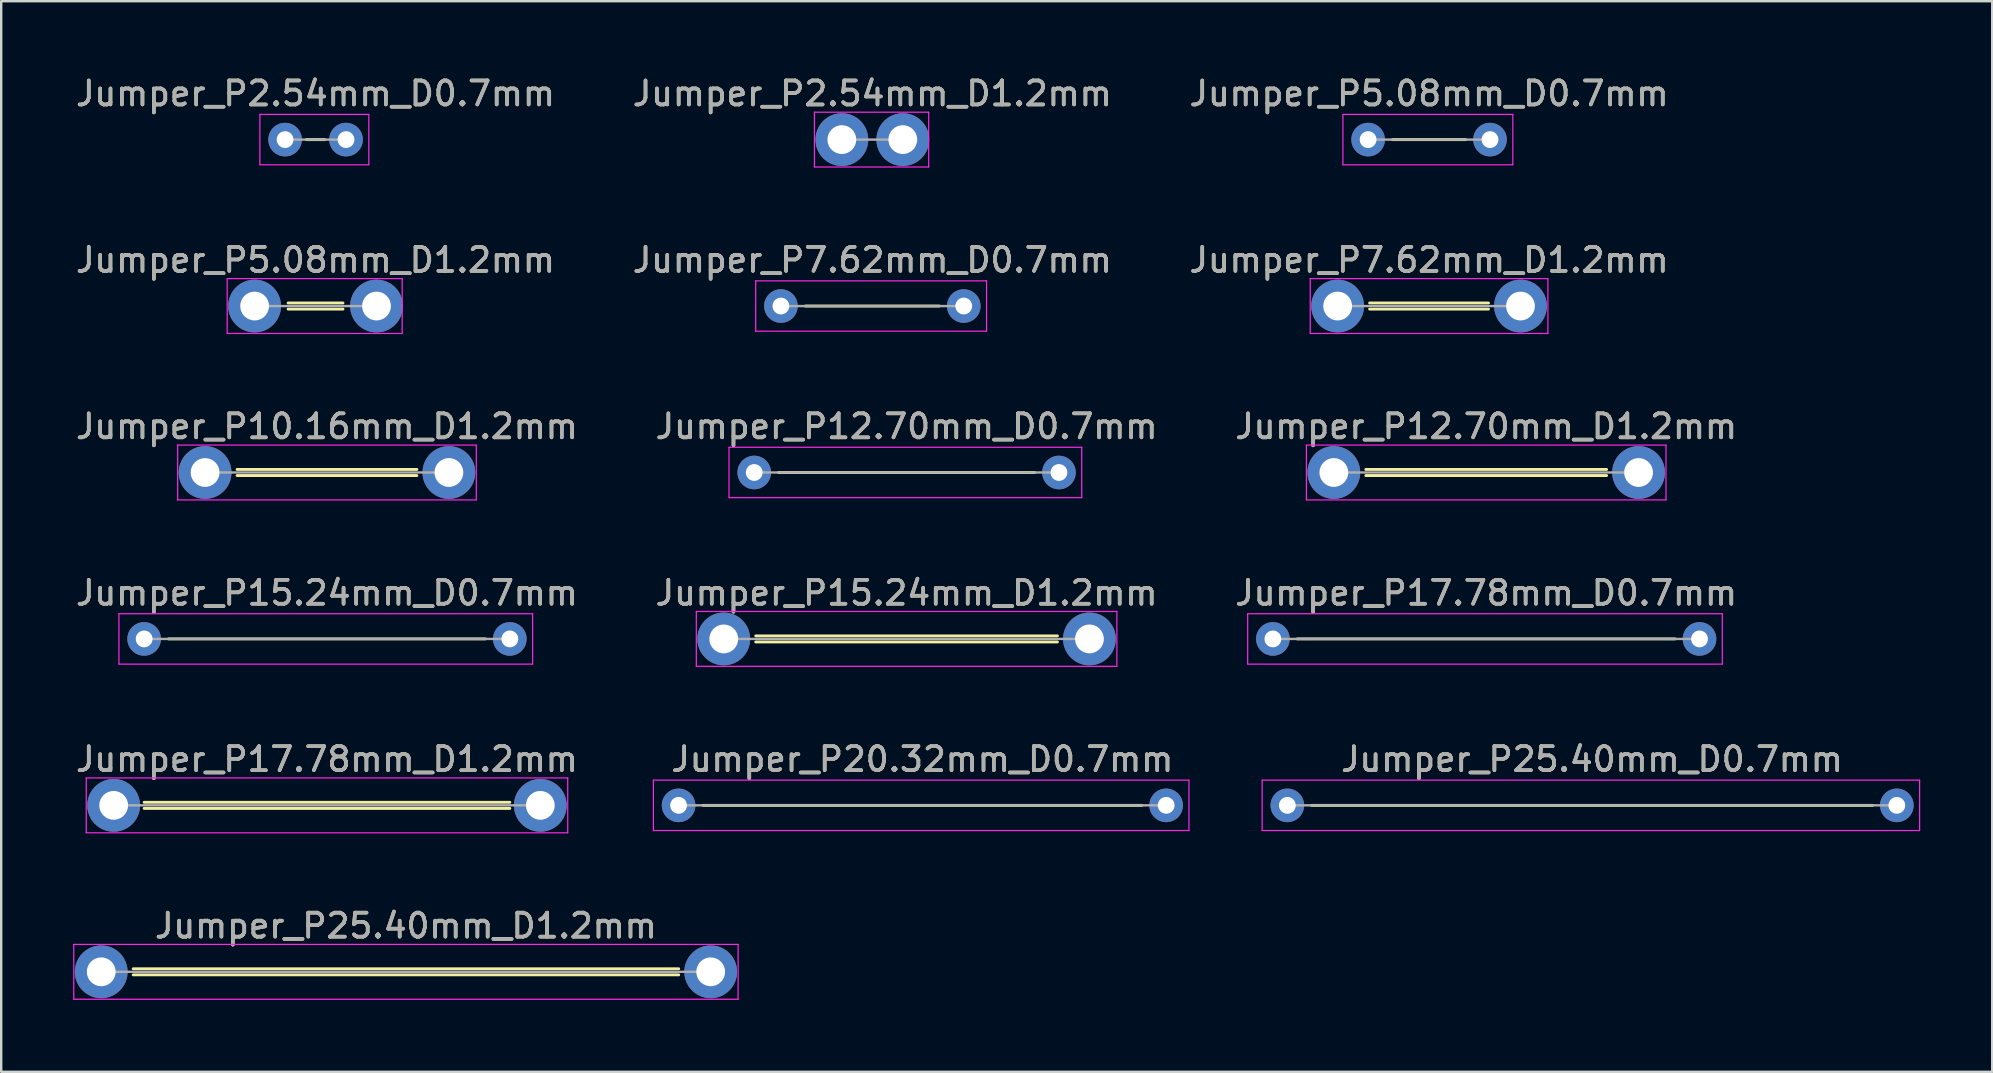
<source format=kicad_pcb>
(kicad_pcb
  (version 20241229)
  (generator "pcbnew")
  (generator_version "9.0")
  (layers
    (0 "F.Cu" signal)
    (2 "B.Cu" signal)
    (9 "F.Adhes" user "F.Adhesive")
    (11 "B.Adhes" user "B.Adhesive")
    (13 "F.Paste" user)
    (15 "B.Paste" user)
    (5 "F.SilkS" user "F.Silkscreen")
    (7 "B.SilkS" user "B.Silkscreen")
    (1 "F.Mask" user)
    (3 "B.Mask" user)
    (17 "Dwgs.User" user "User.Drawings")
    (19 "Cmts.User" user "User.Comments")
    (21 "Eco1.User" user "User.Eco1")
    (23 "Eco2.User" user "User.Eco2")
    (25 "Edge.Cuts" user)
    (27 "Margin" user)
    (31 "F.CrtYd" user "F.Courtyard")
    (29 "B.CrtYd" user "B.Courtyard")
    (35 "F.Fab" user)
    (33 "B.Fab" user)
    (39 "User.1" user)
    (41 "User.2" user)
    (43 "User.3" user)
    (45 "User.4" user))
  (footprint "Jumper_P12.70mm_D0.7mm"
    (layer "F.Cu")
    (at 28.382 16.641)
    (property "Reference" "Jumper_P12.70mm_D0.7mm" (at 6.35 -1.92 0) (layer "F.SilkS") (effects (font (size 1 1) (thickness 0.15))))
    (attr through_hole)
    (fp_line (start 1.016 0) (end 11.684 0) (stroke (width 0.12) (type solid)) (layer "F.SilkS"))
    (fp_line (start -1.05 -1.05) (end -1.05 1.05) (stroke (width 0.05) (type solid)) (layer "F.CrtYd"))
    (fp_line (start -1.05 1.05) (end 13.65 1.05) (stroke (width 0.05) (type solid)) (layer "F.CrtYd"))
    (fp_line (start 13.65 -1.05) (end -1.05 -1.05) (stroke (width 0.05) (type solid)) (layer "F.CrtYd"))
    (fp_line (start 13.65 1.05) (end 13.65 -1.05) (stroke (width 0.05) (type solid)) (layer "F.CrtYd"))
    (fp_line (start 0 0) (end 12.7 0) (stroke (width 0.1) (type solid)) (layer "F.Fab"))
    (fp_text user "${REFERENCE}" (at 6.35 -1.92 0) (layer "F.Fab") (effects (font (size 1 1) (thickness 0.15))))
    (pad "1" thru_hole circle (at 0 0) (size 1.4 1.4) (drill 0.7) (layers "*.Cu" "*.Mask"))
    (pad "2" thru_hole oval (at 12.7 0) (size 1.4 1.4) (drill 0.7) (layers "*.Cu" "*.Mask")))
  (footprint "Jumper_P10.16mm_D1.2mm"
    (layer "F.Cu")
    (at 5.497 16.641)
    (property "Reference" "Jumper_P10.16mm_D1.2mm" (at 5.08 -1.92 0) (layer "F.SilkS") (effects (font (size 1 1) (thickness 0.15))))
    (attr through_hole)
    (fp_line (start 1.333 -0.127) (end 8.826 -0.127) (stroke (width 0.12) (type solid)) (layer "F.SilkS"))
    (fp_line (start 1.333 0.127) (end 8.826 0.127) (stroke (width 0.12) (type solid)) (layer "F.SilkS"))
    (fp_line (start -1.143 -1.143) (end -1.143 1.143) (stroke (width 0.05) (type solid)) (layer "F.CrtYd"))
    (fp_line (start -1.143 1.143) (end 11.303 1.143) (stroke (width 0.05) (type solid)) (layer "F.CrtYd"))
    (fp_line (start 11.303 -1.143) (end -1.143 -1.143) (stroke (width 0.05) (type solid)) (layer "F.CrtYd"))
    (fp_line (start 11.303 1.143) (end 11.303 -1.143) (stroke (width 0.05) (type solid)) (layer "F.CrtYd"))
    (fp_line (start 0 0) (end 10.16 0) (stroke (width 0.1) (type solid)) (layer "F.Fab"))
    (fp_text user "${REFERENCE}" (at 5.08 -1.92 0) (layer "F.Fab") (effects (font (size 1 1) (thickness 0.15))))
    (pad "1" thru_hole circle (at 0 0) (size 2.2 2.2) (drill 1.2) (layers "*.Cu" "*.Mask"))
    (pad "2" thru_hole oval (at 10.16 0) (size 2.2 2.2) (drill 1.2) (layers "*.Cu" "*.Mask")))
  (footprint "Jumper_P5.08mm_D1.2mm"
    (layer "F.Cu")
    (at 7.561 9.704)
    (property "Reference" "Jumper_P5.08mm_D1.2mm" (at 2.54 -1.92 0) (layer "F.SilkS") (effects (font (size 1 1) (thickness 0.15))))
    (attr through_hole)
    (fp_line (start 1.397 -0.127) (end 3.683 -0.127) (stroke (width 0.12) (type solid)) (layer "F.SilkS"))
    (fp_line (start 1.397 0.127) (end 3.683 0.127) (stroke (width 0.12) (type solid)) (layer "F.SilkS"))
    (fp_line (start -1.143 -1.143) (end -1.143 1.143) (stroke (width 0.05) (type solid)) (layer "F.CrtYd"))
    (fp_line (start -1.143 1.143) (end 6.15 1.143) (stroke (width 0.05) (type solid)) (layer "F.CrtYd"))
    (fp_line (start 6.15 -1.143) (end -1.143 -1.143) (stroke (width 0.05) (type solid)) (layer "F.CrtYd"))
    (fp_line (start 6.15 1.143) (end 6.15 -1.143) (stroke (width 0.05) (type solid)) (layer "F.CrtYd"))
    (fp_line (start 0 0) (end 5.08 0) (stroke (width 0.1) (type solid)) (layer "F.Fab"))
    (fp_text user "${REFERENCE}" (at 2.54 -1.92 0) (layer "F.Fab") (effects (font (size 1 1) (thickness 0.15))))
    (pad "1" thru_hole circle (at 0 0) (size 2.2 2.2) (drill 1.2) (layers "*.Cu" "*.Mask"))
    (pad "2" thru_hole circle (at 5.08 0) (size 2.2 2.2) (drill 1.2) (layers "*.Cu" "*.Mask")))
  (footprint "Jumper_P25.40mm_D0.7mm"
    (layer "F.Cu")
    (at 50.6 30.513)
    (property "Reference" "Jumper_P25.40mm_D0.7mm" (at 12.7 -1.92 0) (layer "F.SilkS") (effects (font (size 1 1) (thickness 0.15))))
    (attr through_hole)
    (fp_line (start 1.016 0) (end 24.384 0) (stroke (width 0.12) (type solid)) (layer "F.SilkS"))
    (fp_line (start -1.05 -1.05) (end -1.05 1.05) (stroke (width 0.05) (type solid)) (layer "F.CrtYd"))
    (fp_line (start -1.05 1.05) (end 26.35 1.05) (stroke (width 0.05) (type solid)) (layer "F.CrtYd"))
    (fp_line (start 26.35 -1.05) (end -1.05 -1.05) (stroke (width 0.05) (type solid)) (layer "F.CrtYd"))
    (fp_line (start 26.35 1.05) (end 26.35 -1.05) (stroke (width 0.05) (type solid)) (layer "F.CrtYd"))
    (fp_line (start 0 0) (end 25.4 0) (stroke (width 0.1) (type solid)) (layer "F.Fab"))
    (fp_text user "${REFERENCE}" (at 12.7 -1.92 0) (layer "F.Fab") (effects (font (size 1 1) (thickness 0.15))))
    (pad "1" thru_hole circle (at 0 0) (size 1.4 1.4) (drill 0.7) (layers "*.Cu" "*.Mask"))
    (pad "2" thru_hole oval (at 25.4 0) (size 1.4 1.4) (drill 0.7) (layers "*.Cu" "*.Mask")))
  (footprint "Jumper_P7.62mm_D1.2mm"
    (layer "F.Cu")
    (at 52.696 9.704)
    (property "Reference" "Jumper_P7.62mm_D1.2mm" (at 3.81 -1.92 0) (layer "F.SilkS") (effects (font (size 1 1) (thickness 0.15))))
    (attr through_hole)
    (fp_line (start 1.333 -0.127) (end 6.287 -0.127) (stroke (width 0.12) (type solid)) (layer "F.SilkS"))
    (fp_line (start 1.333 0.127) (end 6.287 0.127) (stroke (width 0.12) (type solid)) (layer "F.SilkS"))
    (fp_line (start -1.143 -1.143) (end -1.143 1.143) (stroke (width 0.05) (type solid)) (layer "F.CrtYd"))
    (fp_line (start -1.143 1.143) (end 8.763 1.143) (stroke (width 0.05) (type solid)) (layer "F.CrtYd"))
    (fp_line (start 8.763 -1.143) (end -1.143 -1.143) (stroke (width 0.05) (type solid)) (layer "F.CrtYd"))
    (fp_line (start 8.763 1.143) (end 8.763 -1.143) (stroke (width 0.05) (type solid)) (layer "F.CrtYd"))
    (fp_line (start 0 0) (end 7.62 0) (stroke (width 0.1) (type solid)) (layer "F.Fab"))
    (fp_text user "${REFERENCE}" (at 3.81 -1.92 0) (layer "F.Fab") (effects (font (size 1 1) (thickness 0.15))))
    (pad "1" thru_hole circle (at 0 0) (size 2.2 2.2) (drill 1.2) (layers "*.Cu" "*.Mask"))
    (pad "2" thru_hole circle (at 7.62 0) (size 2.2 2.2) (drill 1.2) (layers "*.Cu" "*.Mask")))
  (footprint "Jumper_P7.62mm_D0.7mm"
    (layer "F.Cu")
    (at 29.494 9.704)
    (property "Reference" "Jumper_P7.62mm_D0.7mm" (at 3.81 -1.92 0) (layer "F.SilkS") (effects (font (size 1 1) (thickness 0.15))))
    (attr through_hole)
    (fp_line (start 1.016 0) (end 6.604 0) (stroke (width 0.12) (type solid)) (layer "F.SilkS"))
    (fp_line (start -1.05 -1.05) (end -1.05 1.05) (stroke (width 0.05) (type solid)) (layer "F.CrtYd"))
    (fp_line (start -1.05 1.05) (end 8.57 1.05) (stroke (width 0.05) (type solid)) (layer "F.CrtYd"))
    (fp_line (start 8.57 -1.05) (end -1.05 -1.05) (stroke (width 0.05) (type solid)) (layer "F.CrtYd"))
    (fp_line (start 8.57 1.05) (end 8.57 -1.05) (stroke (width 0.05) (type solid)) (layer "F.CrtYd"))
    (fp_line (start 0 0) (end 7.62 0) (stroke (width 0.1) (type solid)) (layer "F.Fab"))
    (fp_text user "${REFERENCE}" (at 3.81 -1.92 0) (layer "F.Fab") (effects (font (size 1 1) (thickness 0.15))))
    (pad "1" thru_hole circle (at 0 0) (size 1.4 1.4) (drill 0.7) (layers "*.Cu" "*.Mask"))
    (pad "2" thru_hole oval (at 7.62 0) (size 1.4 1.4) (drill 0.7) (layers "*.Cu" "*.Mask")))
  (footprint "Jumper_P17.78mm_D0.7mm"
    (layer "F.Cu")
    (at 49.997 23.577)
    (property "Reference" "Jumper_P17.78mm_D0.7mm" (at 8.89 -1.92 0) (layer "F.SilkS") (effects (font (size 1 1) (thickness 0.15))))
    (attr through_hole)
    (fp_line (start 1.016 0) (end 16.764 0) (stroke (width 0.12) (type solid)) (layer "F.SilkS"))
    (fp_line (start -1.05 -1.05) (end -1.05 1.05) (stroke (width 0.05) (type solid)) (layer "F.CrtYd"))
    (fp_line (start -1.05 1.05) (end 18.73 1.05) (stroke (width 0.05) (type solid)) (layer "F.CrtYd"))
    (fp_line (start 18.73 -1.05) (end -1.05 -1.05) (stroke (width 0.05) (type solid)) (layer "F.CrtYd"))
    (fp_line (start 18.73 1.05) (end 18.73 -1.05) (stroke (width 0.05) (type solid)) (layer "F.CrtYd"))
    (fp_line (start 0 0) (end 17.78 0) (stroke (width 0.1) (type solid)) (layer "F.Fab"))
    (fp_text user "${REFERENCE}" (at 8.89 -1.92 0) (layer "F.Fab") (effects (font (size 1 1) (thickness 0.15))))
    (pad "1" thru_hole circle (at 0 0) (size 1.4 1.4) (drill 0.7) (layers "*.Cu" "*.Mask"))
    (pad "2" thru_hole oval (at 17.78 0) (size 1.4 1.4) (drill 0.7) (layers "*.Cu" "*.Mask")))
  (footprint "Jumper_P2.54mm_D0.7mm"
    (layer "F.Cu")
    (at 8.831 2.768)
    (property "Reference" "Jumper_P2.54mm_D0.7mm" (at 1.27 -1.92 0) (layer "F.SilkS") (effects (font (size 1 1) (thickness 0.15))))
    (attr through_hole)
    (fp_line (start 0.889 0) (end 1.651 0) (stroke (width 0.12) (type solid)) (layer "F.SilkS"))
    (fp_line (start -1.05 -1.05) (end -1.05 1.05) (stroke (width 0.05) (type solid)) (layer "F.CrtYd"))
    (fp_line (start -1.05 1.05) (end 3.49 1.05) (stroke (width 0.05) (type solid)) (layer "F.CrtYd"))
    (fp_line (start 3.49 -1.05) (end -1.05 -1.05) (stroke (width 0.05) (type solid)) (layer "F.CrtYd"))
    (fp_line (start 3.49 1.05) (end 3.49 -1.05) (stroke (width 0.05) (type solid)) (layer "F.CrtYd"))
    (fp_line (start 0 0) (end 2.54 0) (stroke (width 0.1) (type solid)) (layer "F.Fab"))
    (fp_text user "${REFERENCE}" (at 1.27 -1.92 0) (layer "F.Fab") (effects (font (size 1 1) (thickness 0.15))))
    (pad "1" thru_hole circle (at 0 0) (size 1.4 1.4) (drill 0.7) (layers "*.Cu" "*.Mask"))
    (pad "2" thru_hole oval (at 2.54 0) (size 1.4 1.4) (drill 0.7) (layers "*.Cu" "*.Mask")))
  (footprint "Jumper_P2.54mm_D1.2mm"
    (layer "F.Cu")
    (at 32.034 2.768)
    (property "Reference" "Jumper_P2.54mm_D1.2mm" (at 1.27 -1.92 0) (layer "F.SilkS") (effects (font (size 1 1) (thickness 0.15))))
    (attr through_hole)
    (fp_line (start -1.143 -1.143) (end -1.143 1.143) (stroke (width 0.05) (type solid)) (layer "F.CrtYd"))
    (fp_line (start -1.143 1.143) (end 3.619 1.143) (stroke (width 0.05) (type solid)) (layer "F.CrtYd"))
    (fp_line (start 3.619 -1.143) (end -1.143 -1.143) (stroke (width 0.05) (type solid)) (layer "F.CrtYd"))
    (fp_line (start 3.619 1.143) (end 3.619 -1.143) (stroke (width 0.05) (type solid)) (layer "F.CrtYd"))
    (fp_line (start 0 0) (end 2.54 0) (stroke (width 0.1) (type solid)) (layer "F.Fab"))
    (fp_text user "${REFERENCE}" (at 1.27 -1.92 0) (layer "F.Fab") (effects (font (size 1 1) (thickness 0.15))))
    (pad "1" thru_hole circle (at 0 0) (size 2.2 2.2) (drill 1.2) (layers "*.Cu" "*.Mask"))
    (pad "2" thru_hole circle (at 2.54 0) (size 2.2 2.2) (drill 1.2) (layers "*.Cu" "*.Mask")))
  (footprint "Jumper_P15.24mm_D0.7mm"
    (layer "F.Cu")
    (at 2.957 23.577)
    (property "Reference" "Jumper_P15.24mm_D0.7mm" (at 7.62 -1.92 0) (layer "F.SilkS") (effects (font (size 1 1) (thickness 0.15))))
    (attr through_hole)
    (fp_line (start 1.016 0) (end 14.224 0) (stroke (width 0.12) (type solid)) (layer "F.SilkS"))
    (fp_line (start -1.05 -1.05) (end -1.05 1.05) (stroke (width 0.05) (type solid)) (layer "F.CrtYd"))
    (fp_line (start -1.05 1.05) (end 16.19 1.05) (stroke (width 0.05) (type solid)) (layer "F.CrtYd"))
    (fp_line (start 16.19 -1.05) (end -1.05 -1.05) (stroke (width 0.05) (type solid)) (layer "F.CrtYd"))
    (fp_line (start 16.19 1.05) (end 16.19 -1.05) (stroke (width 0.05) (type solid)) (layer "F.CrtYd"))
    (fp_line (start 0 0) (end 15.24 0) (stroke (width 0.1) (type solid)) (layer "F.Fab"))
    (fp_text user "${REFERENCE}" (at 7.62 -1.92 0) (layer "F.Fab") (effects (font (size 1 1) (thickness 0.15))))
    (pad "1" thru_hole circle (at 0 0) (size 1.4 1.4) (drill 0.7) (layers "*.Cu" "*.Mask"))
    (pad "2" thru_hole oval (at 15.24 0) (size 1.4 1.4) (drill 0.7) (layers "*.Cu" "*.Mask")))
  (footprint "Jumper_P20.32mm_D0.7mm"
    (layer "F.Cu")
    (at 25.23 30.513)
    (property "Reference" "Jumper_P20.32mm_D0.7mm" (at 10.16 -1.92 0) (layer "F.SilkS") (effects (font (size 1 1) (thickness 0.15))))
    (attr through_hole)
    (fp_line (start 1.016 0) (end 19.304 0) (stroke (width 0.12) (type solid)) (layer "F.SilkS"))
    (fp_line (start -1.05 -1.05) (end -1.05 1.05) (stroke (width 0.05) (type solid)) (layer "F.CrtYd"))
    (fp_line (start -1.05 1.05) (end 21.27 1.05) (stroke (width 0.05) (type solid)) (layer "F.CrtYd"))
    (fp_line (start 21.27 -1.05) (end -1.05 -1.05) (stroke (width 0.05) (type solid)) (layer "F.CrtYd"))
    (fp_line (start 21.27 1.05) (end 21.27 -1.05) (stroke (width 0.05) (type solid)) (layer "F.CrtYd"))
    (fp_line (start 0 0) (end 20.32 0) (stroke (width 0.1) (type solid)) (layer "F.Fab"))
    (fp_text user "${REFERENCE}" (at 10.16 -1.92 0) (layer "F.Fab") (effects (font (size 1 1) (thickness 0.15))))
    (pad "1" thru_hole circle (at 0 0) (size 1.4 1.4) (drill 0.7) (layers "*.Cu" "*.Mask"))
    (pad "2" thru_hole oval (at 20.32 0) (size 1.4 1.4) (drill 0.7) (layers "*.Cu" "*.Mask")))
  (footprint "Jumper_P17.78mm_D1.2mm"
    (layer "F.Cu")
    (at 1.687 30.513)
    (property "Reference" "Jumper_P17.78mm_D1.2mm" (at 8.89 -1.92 0) (layer "F.SilkS") (effects (font (size 1 1) (thickness 0.15))))
    (attr through_hole)
    (fp_line (start 1.27 -0.127) (end 16.51 -0.127) (stroke (width 0.12) (type solid)) (layer "F.SilkS"))
    (fp_line (start 1.27 0.127) (end 16.51 0.127) (stroke (width 0.12) (type solid)) (layer "F.SilkS"))
    (fp_line (start -1.143 -1.143) (end -1.143 1.143) (stroke (width 0.05) (type solid)) (layer "F.CrtYd"))
    (fp_line (start -1.143 1.143) (end 18.923 1.143) (stroke (width 0.05) (type solid)) (layer "F.CrtYd"))
    (fp_line (start 18.923 -1.143) (end -1.143 -1.143) (stroke (width 0.05) (type solid)) (layer "F.CrtYd"))
    (fp_line (start 18.923 1.143) (end 18.923 -1.143) (stroke (width 0.05) (type solid)) (layer "F.CrtYd"))
    (fp_line (start 0 0) (end 17.78 0) (stroke (width 0.1) (type solid)) (layer "F.Fab"))
    (fp_text user "${REFERENCE}" (at 8.89 -1.92 0) (layer "F.Fab") (effects (font (size 1 1) (thickness 0.15))))
    (pad "1" thru_hole circle (at 0 0) (size 2.2 2.2) (drill 1.2) (layers "*.Cu" "*.Mask"))
    (pad "2" thru_hole oval (at 17.78 0) (size 2.2 2.2) (drill 1.2) (layers "*.Cu" "*.Mask")))
  (footprint "Jumper_P12.70mm_D1.2mm"
    (layer "F.Cu")
    (at 52.537 16.641)
    (property "Reference" "Jumper_P12.70mm_D1.2mm" (at 6.35 -1.92 0) (layer "F.SilkS") (effects (font (size 1 1) (thickness 0.15))))
    (attr through_hole)
    (fp_line (start 1.333 -0.127) (end 11.367 -0.127) (stroke (width 0.12) (type solid)) (layer "F.SilkS"))
    (fp_line (start 1.333 0.127) (end 11.367 0.127) (stroke (width 0.12) (type solid)) (layer "F.SilkS"))
    (fp_line (start -1.143 -1.143) (end -1.143 1.143) (stroke (width 0.05) (type solid)) (layer "F.CrtYd"))
    (fp_line (start -1.143 1.143) (end 13.843 1.143) (stroke (width 0.05) (type solid)) (layer "F.CrtYd"))
    (fp_line (start 13.843 -1.143) (end -1.143 -1.143) (stroke (width 0.05) (type solid)) (layer "F.CrtYd"))
    (fp_line (start 13.843 1.143) (end 13.843 -1.143) (stroke (width 0.05) (type solid)) (layer "F.CrtYd"))
    (fp_line (start 0 0) (end 12.7 0) (stroke (width 0.1) (type solid)) (layer "F.Fab"))
    (fp_text user "${REFERENCE}" (at 6.35 -1.92 0) (layer "F.Fab") (effects (font (size 1 1) (thickness 0.15))))
    (pad "1" thru_hole circle (at 0 0) (size 2.2 2.2) (drill 1.2) (layers "*.Cu" "*.Mask"))
    (pad "2" thru_hole oval (at 12.7 0) (size 2.2 2.2) (drill 1.2) (layers "*.Cu" "*.Mask")))
  (footprint "Jumper_P25.40mm_D1.2mm"
    (layer "F.Cu")
    (at 1.168 37.45)
    (property "Reference" "Jumper_P25.40mm_D1.2mm" (at 12.7 -1.92 0) (layer "F.SilkS") (effects (font (size 1 1) (thickness 0.15))))
    (attr through_hole)
    (fp_line (start 1.333 -0.127) (end 24.067 -0.127) (stroke (width 0.12) (type solid)) (layer "F.SilkS"))
    (fp_line (start 1.333 0.127) (end 24.067 0.127) (stroke (width 0.12) (type solid)) (layer "F.SilkS"))
    (fp_line (start -1.143 -1.143) (end -1.143 1.143) (stroke (width 0.05) (type solid)) (layer "F.CrtYd"))
    (fp_line (start -1.143 1.143) (end 26.543 1.143) (stroke (width 0.05) (type solid)) (layer "F.CrtYd"))
    (fp_line (start 26.543 -1.143) (end -1.143 -1.143) (stroke (width 0.05) (type solid)) (layer "F.CrtYd"))
    (fp_line (start 26.543 1.143) (end 26.543 -1.143) (stroke (width 0.05) (type solid)) (layer "F.CrtYd"))
    (fp_line (start 0 0) (end 25.4 0) (stroke (width 0.1) (type solid)) (layer "F.Fab"))
    (fp_text user "${REFERENCE}" (at 12.7 -1.92 0) (layer "F.Fab") (effects (font (size 1 1) (thickness 0.15))))
    (pad "1" thru_hole circle (at 0 0) (size 2.2 2.2) (drill 1.2) (layers "*.Cu" "*.Mask"))
    (pad "2" thru_hole oval (at 25.4 0) (size 2.2 2.2) (drill 1.2) (layers "*.Cu" "*.Mask")))
  (footprint "Jumper_P15.24mm_D1.2mm"
    (layer "F.Cu")
    (at 27.112 23.577)
    (property "Reference" "Jumper_P15.24mm_D1.2mm" (at 7.62 -1.92 0) (layer "F.SilkS") (effects (font (size 1 1) (thickness 0.15))))
    (attr through_hole)
    (fp_line (start 1.333 -0.127) (end 13.906 -0.127) (stroke (width 0.12) (type solid)) (layer "F.SilkS"))
    (fp_line (start 1.333 0.127) (end 13.906 0.127) (stroke (width 0.12) (type solid)) (layer "F.SilkS"))
    (fp_line (start -1.143 -1.143) (end -1.143 1.143) (stroke (width 0.05) (type solid)) (layer "F.CrtYd"))
    (fp_line (start -1.143 1.143) (end 16.383 1.143) (stroke (width 0.05) (type solid)) (layer "F.CrtYd"))
    (fp_line (start 16.383 -1.143) (end -1.143 -1.143) (stroke (width 0.05) (type solid)) (layer "F.CrtYd"))
    (fp_line (start 16.383 1.143) (end 16.383 -1.143) (stroke (width 0.05) (type solid)) (layer "F.CrtYd"))
    (fp_line (start 0 0) (end 15.24 0) (stroke (width 0.1) (type solid)) (layer "F.Fab"))
    (fp_text user "${REFERENCE}" (at 7.62 -1.92 0) (layer "F.Fab") (effects (font (size 1 1) (thickness 0.15))))
    (pad "1" thru_hole circle (at 0 0) (size 2.2 2.2) (drill 1.2) (layers "*.Cu" "*.Mask"))
    (pad "2" thru_hole oval (at 15.24 0) (size 2.2 2.2) (drill 1.2) (layers "*.Cu" "*.Mask")))
  (footprint "Jumper_P5.08mm_D0.7mm"
    (layer "F.Cu")
    (at 53.966 2.768)
    (property "Reference" "Jumper_P5.08mm_D0.7mm" (at 2.54 -1.92 0) (layer "F.SilkS") (effects (font (size 1 1) (thickness 0.15))))
    (attr through_hole)
    (fp_line (start 1.016 0) (end 4.064 0) (stroke (width 0.12) (type solid)) (layer "F.SilkS"))
    (fp_line (start -1.05 -1.05) (end -1.05 1.05) (stroke (width 0.05) (type solid)) (layer "F.CrtYd"))
    (fp_line (start -1.05 1.05) (end 6.03 1.05) (stroke (width 0.05) (type solid)) (layer "F.CrtYd"))
    (fp_line (start 6.03 -1.05) (end -1.05 -1.05) (stroke (width 0.05) (type solid)) (layer "F.CrtYd"))
    (fp_line (start 6.03 1.05) (end 6.03 -1.05) (stroke (width 0.05) (type solid)) (layer "F.CrtYd"))
    (fp_line (start 0 0) (end 5.08 0) (stroke (width 0.1) (type solid)) (layer "F.Fab"))
    (fp_text user "${REFERENCE}" (at 2.54 -1.92 0) (layer "F.Fab") (effects (font (size 1 1) (thickness 0.15))))
    (pad "1" thru_hole circle (at 0 0) (size 1.4 1.4) (drill 0.7) (layers "*.Cu" "*.Mask"))
    (pad "2" thru_hole oval (at 5.08 0) (size 1.4 1.4) (drill 0.7) (layers "*.Cu" "*.Mask")))
  (gr_rect
    (start -3 -3)
    (end 79.975 41.617)
    (stroke (width 0.1) (type default))
    (fill no)
    (layer "Edge.Cuts")))
</source>
